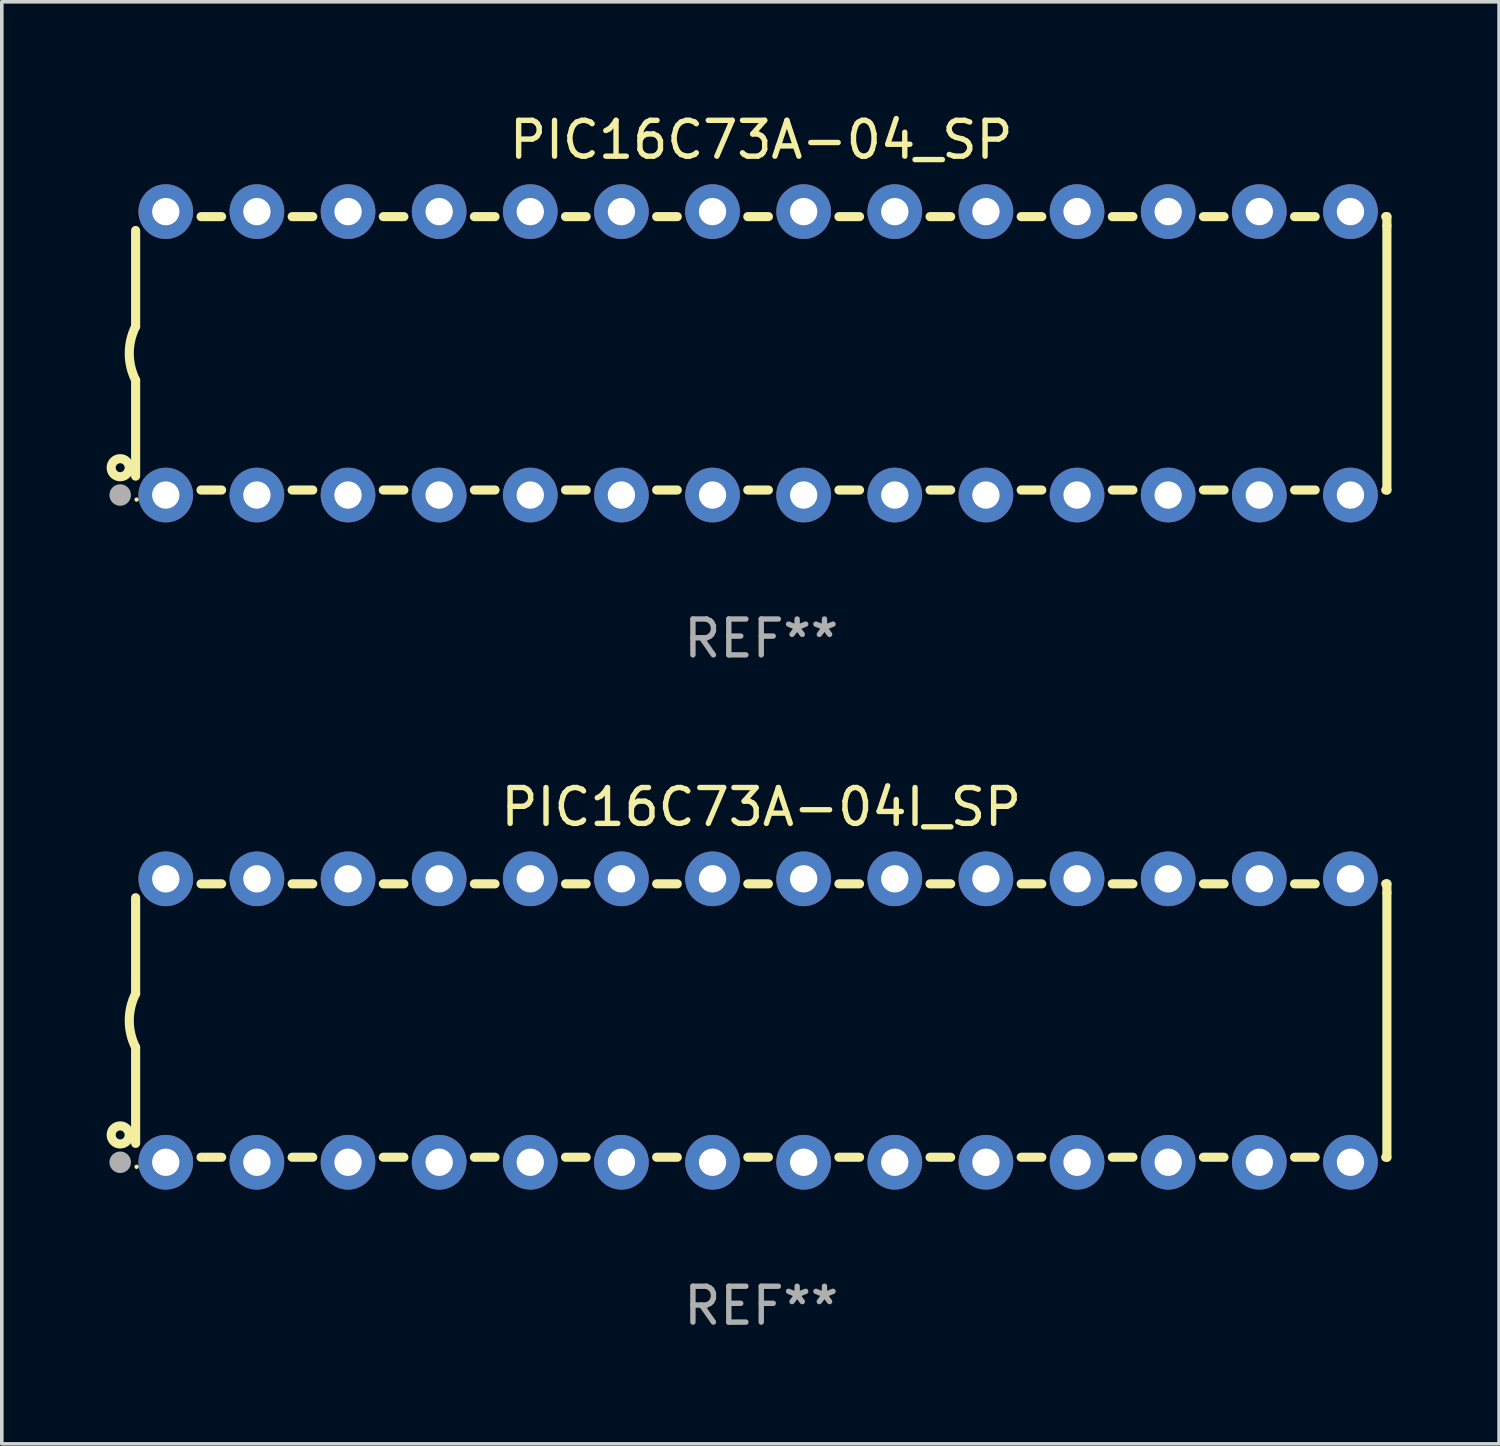
<source format=kicad_pcb>
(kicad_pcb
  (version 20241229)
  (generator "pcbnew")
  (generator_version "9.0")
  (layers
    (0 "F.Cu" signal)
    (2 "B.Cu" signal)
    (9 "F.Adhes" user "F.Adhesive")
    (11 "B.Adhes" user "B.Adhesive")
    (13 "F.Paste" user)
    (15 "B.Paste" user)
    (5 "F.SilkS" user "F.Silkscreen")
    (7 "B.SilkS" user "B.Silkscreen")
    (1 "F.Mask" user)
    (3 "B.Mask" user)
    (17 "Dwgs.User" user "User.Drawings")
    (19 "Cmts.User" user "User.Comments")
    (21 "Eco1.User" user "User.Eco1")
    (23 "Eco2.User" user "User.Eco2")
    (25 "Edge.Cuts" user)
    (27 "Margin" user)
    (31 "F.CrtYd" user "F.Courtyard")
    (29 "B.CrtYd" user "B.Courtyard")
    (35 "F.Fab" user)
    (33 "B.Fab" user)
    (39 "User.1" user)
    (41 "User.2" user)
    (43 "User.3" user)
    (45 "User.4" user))
  (footprint "PIC16C73A-04_SP"
    (layer "F.Cu")
    (at 18.168 6.798)
    (property "Reference" "PIC16C73A-04_SP" (at 0 -5.95 0) (layer "F.SilkS") (effects (font (size 1 1) (thickness 0.15))))
    (attr through_hole)
    (fp_line (start -17.438 0.75) (end -17.438 3.423) (stroke (width 0.254) (type solid)) (layer "F.SilkS"))
    (fp_line (start -17.438 -3.423) (end -17.438 -0.75) (stroke (width 0.254) (type solid)) (layer "F.SilkS"))
    (fp_line (start -15.615 3.81) (end -15.041 3.81) (stroke (width 0.254) (type solid)) (layer "F.SilkS"))
    (fp_line (start -15.041 -3.81) (end -15.614 -3.81) (stroke (width 0.254) (type solid)) (layer "F.SilkS"))
    (fp_line (start -13.075 3.81) (end -12.501 3.81) (stroke (width 0.254) (type solid)) (layer "F.SilkS"))
    (fp_line (start -12.501 -3.81) (end -13.074 -3.81) (stroke (width 0.254) (type solid)) (layer "F.SilkS"))
    (fp_line (start -10.535 3.81) (end -9.961 3.81) (stroke (width 0.254) (type solid)) (layer "F.SilkS"))
    (fp_line (start -9.961 -3.81) (end -10.534 -3.81) (stroke (width 0.254) (type solid)) (layer "F.SilkS"))
    (fp_line (start -7.995 3.81) (end -7.421 3.81) (stroke (width 0.254) (type solid)) (layer "F.SilkS"))
    (fp_line (start -7.421 -3.81) (end -7.995 -3.81) (stroke (width 0.254) (type solid)) (layer "F.SilkS"))
    (fp_line (start -5.455 3.81) (end -4.881 3.81) (stroke (width 0.254) (type solid)) (layer "F.SilkS"))
    (fp_line (start -4.881 -3.81) (end -5.455 -3.81) (stroke (width 0.254) (type solid)) (layer "F.SilkS"))
    (fp_line (start -2.915 3.81) (end -2.341 3.81) (stroke (width 0.254) (type solid)) (layer "F.SilkS"))
    (fp_line (start -2.341 -3.81) (end -2.915 -3.81) (stroke (width 0.254) (type solid)) (layer "F.SilkS"))
    (fp_line (start -0.375 3.81) (end 0.199 3.81) (stroke (width 0.254) (type solid)) (layer "F.SilkS"))
    (fp_line (start 0.199 -3.81) (end -0.375 -3.81) (stroke (width 0.254) (type solid)) (layer "F.SilkS"))
    (fp_line (start 2.165 3.81) (end 2.739 3.81) (stroke (width 0.254) (type solid)) (layer "F.SilkS"))
    (fp_line (start 2.739 -3.81) (end 2.165 -3.81) (stroke (width 0.254) (type solid)) (layer "F.SilkS"))
    (fp_line (start 4.705 3.81) (end 5.279 3.81) (stroke (width 0.254) (type solid)) (layer "F.SilkS"))
    (fp_line (start 5.279 -3.81) (end 4.705 -3.81) (stroke (width 0.254) (type solid)) (layer "F.SilkS"))
    (fp_line (start 7.245 3.81) (end 7.819 3.81) (stroke (width 0.254) (type solid)) (layer "F.SilkS"))
    (fp_line (start 7.819 -3.81) (end 7.245 -3.81) (stroke (width 0.254) (type solid)) (layer "F.SilkS"))
    (fp_line (start 9.785 3.81) (end 10.359 3.81) (stroke (width 0.254) (type solid)) (layer "F.SilkS"))
    (fp_line (start 10.359 -3.81) (end 9.785 -3.81) (stroke (width 0.254) (type solid)) (layer "F.SilkS"))
    (fp_line (start 12.325 3.81) (end 12.899 3.81) (stroke (width 0.254) (type solid)) (layer "F.SilkS"))
    (fp_line (start 12.899 -3.81) (end 12.325 -3.81) (stroke (width 0.254) (type solid)) (layer "F.SilkS"))
    (fp_line (start 14.865 3.81) (end 15.439 3.81) (stroke (width 0.254) (type solid)) (layer "F.SilkS"))
    (fp_line (start 15.439 -3.81) (end 14.865 -3.81) (stroke (width 0.254) (type solid)) (layer "F.SilkS"))
    (fp_line (start 17.405 3.81) (end 17.438 3.81) (stroke (width 0.254) (type solid)) (layer "F.SilkS"))
    (fp_line (start 17.438 -3.81) (end 17.405 -3.81) (stroke (width 0.254) (type solid)) (layer "F.SilkS"))
    (fp_line (start 17.438 -3.556) (end 17.438 -3.81) (stroke (width 0.254) (type solid)) (layer "F.SilkS"))
    (fp_line (start 17.438 3.81) (end 17.438 -3.556) (stroke (width 0.254) (type solid)) (layer "F.SilkS"))
    (fp_arc (start -17.437986 0.749657) (mid -17.614887 -0.000024) (end -17.437783 -0.749657) (stroke (width 0.254001) (type solid)) (layer "F.SilkS"))
    (fp_circle (center -17.868 3.188) (end -17.743 3.188) (stroke (width 0.254) (type solid)) (fill no) (layer "F.SilkS"))
    (fp_circle (center -17.411 4.077) (end -17.381 4.077) (stroke (width 0.06) (type solid)) (fill no) (layer "F.SilkS"))
    (fp_circle (center -17.868 3.95) (end -17.718 3.95) (stroke (width 0.3) (type solid)) (fill no) (layer "F.Fab"))
    (fp_text user "REF**" (at 0 7.95 0) (layer "F.Fab") (effects (font (size 1 1) (thickness 0.15))))
    (pad "1" thru_hole circle (at -16.598 3.95) (size 1.524 1.524) (drill 0.762) (layers "*.Cu" "*.Mask"))
    (pad "2" thru_hole circle (at -14.058 3.95) (size 1.524 1.524) (drill 0.762) (layers "*.Cu" "*.Mask"))
    (pad "3" thru_hole circle (at -11.518 3.95) (size 1.524 1.524) (drill 0.762) (layers "*.Cu" "*.Mask"))
    (pad "4" thru_hole circle (at -8.978 3.95) (size 1.524 1.524) (drill 0.762) (layers "*.Cu" "*.Mask"))
    (pad "5" thru_hole circle (at -6.438 3.95) (size 1.524 1.524) (drill 0.762) (layers "*.Cu" "*.Mask"))
    (pad "6" thru_hole circle (at -3.898 3.95) (size 1.524 1.524) (drill 0.762) (layers "*.Cu" "*.Mask"))
    (pad "7" thru_hole circle (at -1.358 3.95) (size 1.524 1.524) (drill 0.762) (layers "*.Cu" "*.Mask"))
    (pad "8" thru_hole circle (at 1.182 3.95) (size 1.524 1.524) (drill 0.762) (layers "*.Cu" "*.Mask"))
    (pad "9" thru_hole circle (at 3.722 3.95) (size 1.524 1.524) (drill 0.762) (layers "*.Cu" "*.Mask"))
    (pad "10" thru_hole circle (at 6.262 3.95) (size 1.524 1.524) (drill 0.762) (layers "*.Cu" "*.Mask"))
    (pad "11" thru_hole circle (at 8.802 3.95) (size 1.524 1.524) (drill 0.762) (layers "*.Cu" "*.Mask"))
    (pad "12" thru_hole circle (at 11.342 3.95) (size 1.524 1.524) (drill 0.762) (layers "*.Cu" "*.Mask"))
    (pad "13" thru_hole circle (at 13.882 3.95) (size 1.524 1.524) (drill 0.762) (layers "*.Cu" "*.Mask"))
    (pad "14" thru_hole circle (at 16.422 3.95) (size 1.524 1.524) (drill 0.762) (layers "*.Cu" "*.Mask"))
    (pad "15" thru_hole circle (at 16.422 -3.95) (size 1.524 1.524) (drill 0.762) (layers "*.Cu" "*.Mask"))
    (pad "16" thru_hole circle (at 13.882 -3.95) (size 1.524 1.524) (drill 0.762) (layers "*.Cu" "*.Mask"))
    (pad "17" thru_hole circle (at 11.342 -3.95) (size 1.524 1.524) (drill 0.762) (layers "*.Cu" "*.Mask"))
    (pad "18" thru_hole circle (at 8.802 -3.95) (size 1.524 1.524) (drill 0.762) (layers "*.Cu" "*.Mask"))
    (pad "19" thru_hole circle (at 6.262 -3.95) (size 1.524 1.524) (drill 0.762) (layers "*.Cu" "*.Mask"))
    (pad "20" thru_hole circle (at 3.722 -3.95) (size 1.524 1.524) (drill 0.762) (layers "*.Cu" "*.Mask"))
    (pad "21" thru_hole circle (at 1.182 -3.95) (size 1.524 1.524) (drill 0.762) (layers "*.Cu" "*.Mask"))
    (pad "22" thru_hole circle (at -1.358 -3.95) (size 1.524 1.524) (drill 0.762) (layers "*.Cu" "*.Mask"))
    (pad "23" thru_hole circle (at -3.898 -3.95) (size 1.524 1.524) (drill 0.762) (layers "*.Cu" "*.Mask"))
    (pad "24" thru_hole circle (at -6.438 -3.95) (size 1.524 1.524) (drill 0.762) (layers "*.Cu" "*.Mask"))
    (pad "25" thru_hole circle (at -8.978 -3.95) (size 1.524 1.524) (drill 0.762) (layers "*.Cu" "*.Mask"))
    (pad "26" thru_hole circle (at -11.517 -3.95) (size 1.524 1.524) (drill 0.762) (layers "*.Cu" "*.Mask"))
    (pad "27" thru_hole circle (at -14.057 -3.95) (size 1.524 1.524) (drill 0.762) (layers "*.Cu" "*.Mask"))
    (pad "28" thru_hole circle (at -16.597 -3.95) (size 1.524 1.524) (drill 0.762) (layers "*.Cu" "*.Mask")))
  (footprint "PIC16C73A-04I_SP"
    (layer "F.Cu")
    (at 18.168 25.395)
    (property "Reference" "PIC16C73A-04I_SP" (at 0 -5.95 0) (layer "F.SilkS") (effects (font (size 1 1) (thickness 0.15))))
    (attr through_hole)
    (fp_line (start -17.438 0.75) (end -17.438 3.423) (stroke (width 0.254) (type solid)) (layer "F.SilkS"))
    (fp_line (start -17.438 -3.423) (end -17.438 -0.75) (stroke (width 0.254) (type solid)) (layer "F.SilkS"))
    (fp_line (start -15.615 3.81) (end -15.041 3.81) (stroke (width 0.254) (type solid)) (layer "F.SilkS"))
    (fp_line (start -15.041 -3.81) (end -15.614 -3.81) (stroke (width 0.254) (type solid)) (layer "F.SilkS"))
    (fp_line (start -13.075 3.81) (end -12.501 3.81) (stroke (width 0.254) (type solid)) (layer "F.SilkS"))
    (fp_line (start -12.501 -3.81) (end -13.074 -3.81) (stroke (width 0.254) (type solid)) (layer "F.SilkS"))
    (fp_line (start -10.535 3.81) (end -9.961 3.81) (stroke (width 0.254) (type solid)) (layer "F.SilkS"))
    (fp_line (start -9.961 -3.81) (end -10.534 -3.81) (stroke (width 0.254) (type solid)) (layer "F.SilkS"))
    (fp_line (start -7.995 3.81) (end -7.421 3.81) (stroke (width 0.254) (type solid)) (layer "F.SilkS"))
    (fp_line (start -7.421 -3.81) (end -7.995 -3.81) (stroke (width 0.254) (type solid)) (layer "F.SilkS"))
    (fp_line (start -5.455 3.81) (end -4.881 3.81) (stroke (width 0.254) (type solid)) (layer "F.SilkS"))
    (fp_line (start -4.881 -3.81) (end -5.455 -3.81) (stroke (width 0.254) (type solid)) (layer "F.SilkS"))
    (fp_line (start -2.915 3.81) (end -2.341 3.81) (stroke (width 0.254) (type solid)) (layer "F.SilkS"))
    (fp_line (start -2.341 -3.81) (end -2.915 -3.81) (stroke (width 0.254) (type solid)) (layer "F.SilkS"))
    (fp_line (start -0.375 3.81) (end 0.199 3.81) (stroke (width 0.254) (type solid)) (layer "F.SilkS"))
    (fp_line (start 0.199 -3.81) (end -0.375 -3.81) (stroke (width 0.254) (type solid)) (layer "F.SilkS"))
    (fp_line (start 2.165 3.81) (end 2.739 3.81) (stroke (width 0.254) (type solid)) (layer "F.SilkS"))
    (fp_line (start 2.739 -3.81) (end 2.165 -3.81) (stroke (width 0.254) (type solid)) (layer "F.SilkS"))
    (fp_line (start 4.705 3.81) (end 5.279 3.81) (stroke (width 0.254) (type solid)) (layer "F.SilkS"))
    (fp_line (start 5.279 -3.81) (end 4.705 -3.81) (stroke (width 0.254) (type solid)) (layer "F.SilkS"))
    (fp_line (start 7.245 3.81) (end 7.819 3.81) (stroke (width 0.254) (type solid)) (layer "F.SilkS"))
    (fp_line (start 7.819 -3.81) (end 7.245 -3.81) (stroke (width 0.254) (type solid)) (layer "F.SilkS"))
    (fp_line (start 9.785 3.81) (end 10.359 3.81) (stroke (width 0.254) (type solid)) (layer "F.SilkS"))
    (fp_line (start 10.359 -3.81) (end 9.785 -3.81) (stroke (width 0.254) (type solid)) (layer "F.SilkS"))
    (fp_line (start 12.325 3.81) (end 12.899 3.81) (stroke (width 0.254) (type solid)) (layer "F.SilkS"))
    (fp_line (start 12.899 -3.81) (end 12.325 -3.81) (stroke (width 0.254) (type solid)) (layer "F.SilkS"))
    (fp_line (start 14.865 3.81) (end 15.439 3.81) (stroke (width 0.254) (type solid)) (layer "F.SilkS"))
    (fp_line (start 15.439 -3.81) (end 14.865 -3.81) (stroke (width 0.254) (type solid)) (layer "F.SilkS"))
    (fp_line (start 17.405 3.81) (end 17.438 3.81) (stroke (width 0.254) (type solid)) (layer "F.SilkS"))
    (fp_line (start 17.438 -3.81) (end 17.405 -3.81) (stroke (width 0.254) (type solid)) (layer "F.SilkS"))
    (fp_line (start 17.438 -3.556) (end 17.438 -3.81) (stroke (width 0.254) (type solid)) (layer "F.SilkS"))
    (fp_line (start 17.438 3.81) (end 17.438 -3.556) (stroke (width 0.254) (type solid)) (layer "F.SilkS"))
    (fp_arc (start -17.437986 0.749657) (mid -17.614887 -0.000024) (end -17.437783 -0.749657) (stroke (width 0.254001) (type solid)) (layer "F.SilkS"))
    (fp_circle (center -17.868 3.188) (end -17.743 3.188) (stroke (width 0.254) (type solid)) (fill no) (layer "F.SilkS"))
    (fp_circle (center -17.411 4.077) (end -17.381 4.077) (stroke (width 0.06) (type solid)) (fill no) (layer "F.SilkS"))
    (fp_circle (center -17.868 3.95) (end -17.718 3.95) (stroke (width 0.3) (type solid)) (fill no) (layer "F.Fab"))
    (fp_text user "REF**" (at 0 7.95 0) (layer "F.Fab") (effects (font (size 1 1) (thickness 0.15))))
    (pad "1" thru_hole circle (at -16.598 3.95) (size 1.524 1.524) (drill 0.762) (layers "*.Cu" "*.Mask"))
    (pad "2" thru_hole circle (at -14.058 3.95) (size 1.524 1.524) (drill 0.762) (layers "*.Cu" "*.Mask"))
    (pad "3" thru_hole circle (at -11.518 3.95) (size 1.524 1.524) (drill 0.762) (layers "*.Cu" "*.Mask"))
    (pad "4" thru_hole circle (at -8.978 3.95) (size 1.524 1.524) (drill 0.762) (layers "*.Cu" "*.Mask"))
    (pad "5" thru_hole circle (at -6.438 3.95) (size 1.524 1.524) (drill 0.762) (layers "*.Cu" "*.Mask"))
    (pad "6" thru_hole circle (at -3.898 3.95) (size 1.524 1.524) (drill 0.762) (layers "*.Cu" "*.Mask"))
    (pad "7" thru_hole circle (at -1.358 3.95) (size 1.524 1.524) (drill 0.762) (layers "*.Cu" "*.Mask"))
    (pad "8" thru_hole circle (at 1.182 3.95) (size 1.524 1.524) (drill 0.762) (layers "*.Cu" "*.Mask"))
    (pad "9" thru_hole circle (at 3.722 3.95) (size 1.524 1.524) (drill 0.762) (layers "*.Cu" "*.Mask"))
    (pad "10" thru_hole circle (at 6.262 3.95) (size 1.524 1.524) (drill 0.762) (layers "*.Cu" "*.Mask"))
    (pad "11" thru_hole circle (at 8.802 3.95) (size 1.524 1.524) (drill 0.762) (layers "*.Cu" "*.Mask"))
    (pad "12" thru_hole circle (at 11.342 3.95) (size 1.524 1.524) (drill 0.762) (layers "*.Cu" "*.Mask"))
    (pad "13" thru_hole circle (at 13.882 3.95) (size 1.524 1.524) (drill 0.762) (layers "*.Cu" "*.Mask"))
    (pad "14" thru_hole circle (at 16.422 3.95) (size 1.524 1.524) (drill 0.762) (layers "*.Cu" "*.Mask"))
    (pad "15" thru_hole circle (at 16.422 -3.95) (size 1.524 1.524) (drill 0.762) (layers "*.Cu" "*.Mask"))
    (pad "16" thru_hole circle (at 13.882 -3.95) (size 1.524 1.524) (drill 0.762) (layers "*.Cu" "*.Mask"))
    (pad "17" thru_hole circle (at 11.342 -3.95) (size 1.524 1.524) (drill 0.762) (layers "*.Cu" "*.Mask"))
    (pad "18" thru_hole circle (at 8.802 -3.95) (size 1.524 1.524) (drill 0.762) (layers "*.Cu" "*.Mask"))
    (pad "19" thru_hole circle (at 6.262 -3.95) (size 1.524 1.524) (drill 0.762) (layers "*.Cu" "*.Mask"))
    (pad "20" thru_hole circle (at 3.722 -3.95) (size 1.524 1.524) (drill 0.762) (layers "*.Cu" "*.Mask"))
    (pad "21" thru_hole circle (at 1.182 -3.95) (size 1.524 1.524) (drill 0.762) (layers "*.Cu" "*.Mask"))
    (pad "22" thru_hole circle (at -1.358 -3.95) (size 1.524 1.524) (drill 0.762) (layers "*.Cu" "*.Mask"))
    (pad "23" thru_hole circle (at -3.898 -3.95) (size 1.524 1.524) (drill 0.762) (layers "*.Cu" "*.Mask"))
    (pad "24" thru_hole circle (at -6.438 -3.95) (size 1.524 1.524) (drill 0.762) (layers "*.Cu" "*.Mask"))
    (pad "25" thru_hole circle (at -8.978 -3.95) (size 1.524 1.524) (drill 0.762) (layers "*.Cu" "*.Mask"))
    (pad "26" thru_hole circle (at -11.517 -3.95) (size 1.524 1.524) (drill 0.762) (layers "*.Cu" "*.Mask"))
    (pad "27" thru_hole circle (at -14.057 -3.95) (size 1.524 1.524) (drill 0.762) (layers "*.Cu" "*.Mask"))
    (pad "28" thru_hole circle (at -16.597 -3.95) (size 1.524 1.524) (drill 0.762) (layers "*.Cu" "*.Mask")))
  (gr_rect
    (start -3 -3)
    (end 38.733 37.193)
    (stroke (width 0.1) (type default))
    (fill no)
    (layer "Edge.Cuts")))
</source>
